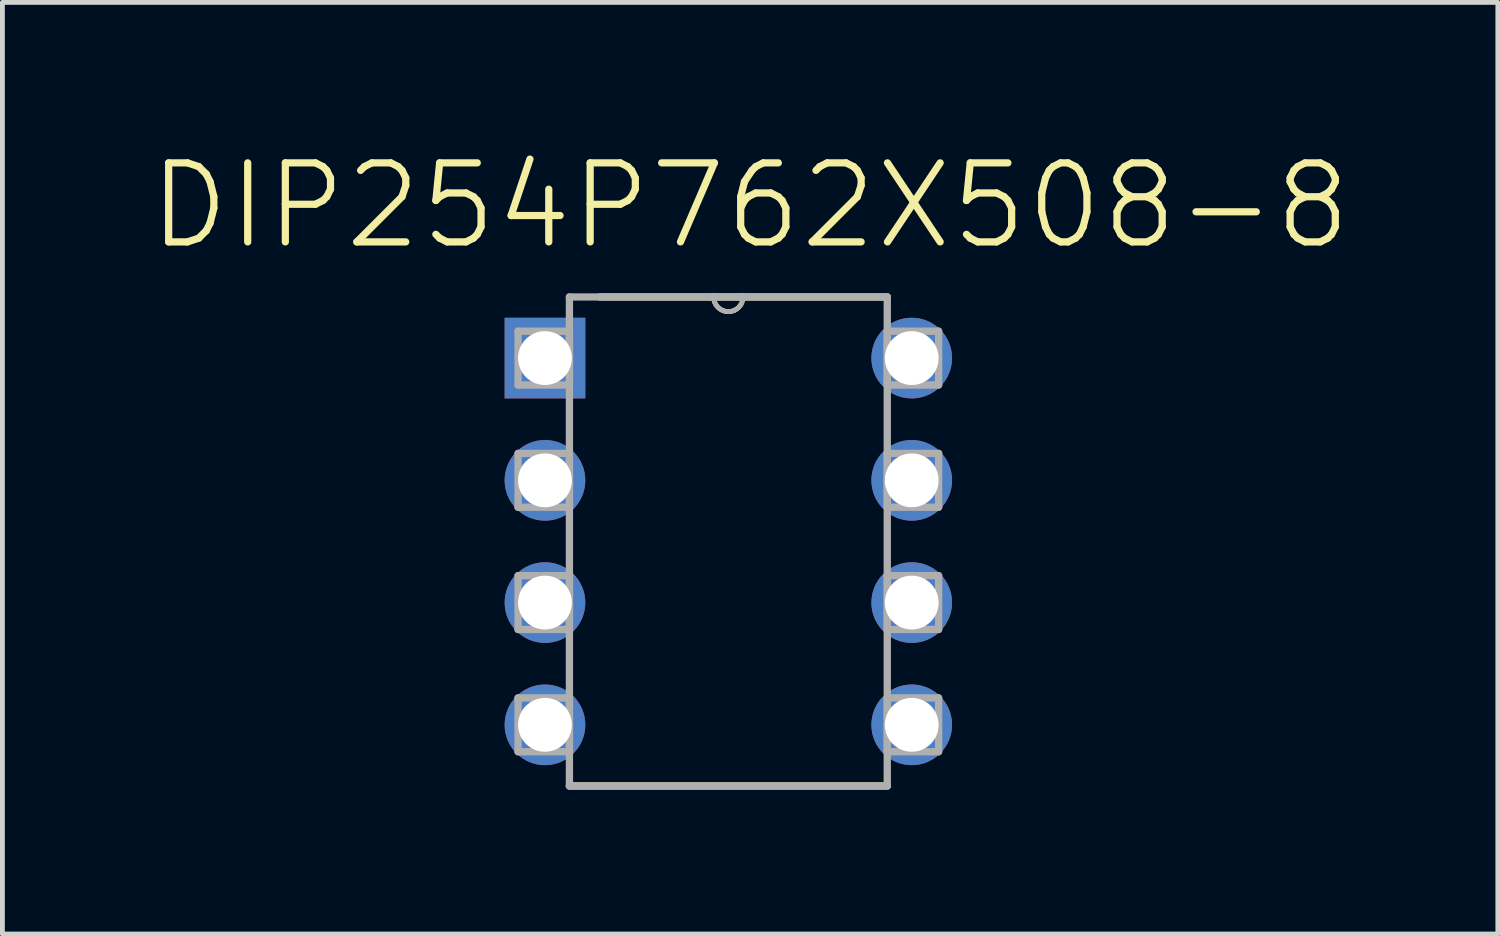
<source format=kicad_pcb>
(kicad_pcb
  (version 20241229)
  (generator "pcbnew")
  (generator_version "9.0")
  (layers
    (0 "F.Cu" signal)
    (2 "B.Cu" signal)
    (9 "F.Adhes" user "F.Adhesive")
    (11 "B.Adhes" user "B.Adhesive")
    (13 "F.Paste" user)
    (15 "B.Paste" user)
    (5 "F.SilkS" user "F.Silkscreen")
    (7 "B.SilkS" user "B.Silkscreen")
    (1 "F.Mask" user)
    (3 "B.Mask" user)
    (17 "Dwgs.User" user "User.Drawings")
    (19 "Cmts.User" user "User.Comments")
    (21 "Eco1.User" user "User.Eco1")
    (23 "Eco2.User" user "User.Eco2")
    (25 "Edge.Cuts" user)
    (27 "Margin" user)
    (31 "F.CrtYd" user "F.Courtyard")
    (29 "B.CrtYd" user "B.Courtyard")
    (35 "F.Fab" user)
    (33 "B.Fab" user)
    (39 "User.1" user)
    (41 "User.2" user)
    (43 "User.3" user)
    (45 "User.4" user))
  (footprint "DIP254P762X508-8"
    (layer "F.Cu")
    (at 15.893 12.01)
    (property "Reference" "DIP254P762X508-8" (at -3.358 -10.786 0) (layer "F.SilkS") (effects (font (size 1.642 1.642) (thickness 0.15))))
    (attr through_hole)
    (fp_line (start -7.112 1.27) (end -0.508 1.27) (stroke (width 0.152) (type solid)) (layer "F.SilkS"))
    (fp_line (start -4.115 -8.89) (end -6.477 -8.89) (stroke (width 0.152) (type solid)) (layer "F.SilkS"))
    (fp_line (start -3.505 -8.89) (end -4.115 -8.89) (stroke (width 0.152) (type solid)) (layer "F.SilkS"))
    (fp_line (start -0.508 -8.89) (end -3.505 -8.89) (stroke (width 0.152) (type solid)) (layer "F.SilkS"))
    (fp_arc (start -3.5052 -8.89) (mid -3.81 -8.5852) (end -4.1148 -8.89) (stroke (width 0.1) (type solid)) (layer "F.SilkS"))
    (fp_line (start -8.179 -8.179) (end -8.179 -7.061) (stroke (width 0.152) (type solid)) (layer "F.Fab"))
    (fp_line (start -8.179 -7.061) (end -7.112 -7.061) (stroke (width 0.152) (type solid)) (layer "F.Fab"))
    (fp_line (start -8.179 -5.639) (end -8.179 -4.521) (stroke (width 0.152) (type solid)) (layer "F.Fab"))
    (fp_line (start -8.179 -4.521) (end -7.112 -4.521) (stroke (width 0.152) (type solid)) (layer "F.Fab"))
    (fp_line (start -8.179 -3.099) (end -8.179 -1.981) (stroke (width 0.152) (type solid)) (layer "F.Fab"))
    (fp_line (start -8.179 -1.981) (end -7.112 -1.981) (stroke (width 0.152) (type solid)) (layer "F.Fab"))
    (fp_line (start -8.179 -0.559) (end -8.179 0.559) (stroke (width 0.152) (type solid)) (layer "F.Fab"))
    (fp_line (start -8.179 0.559) (end -7.112 0.559) (stroke (width 0.152) (type solid)) (layer "F.Fab"))
    (fp_line (start -7.112 -8.89) (end -7.112 1.27) (stroke (width 0.152) (type solid)) (layer "F.Fab"))
    (fp_line (start -7.112 -8.179) (end -8.179 -8.179) (stroke (width 0.152) (type solid)) (layer "F.Fab"))
    (fp_line (start -7.112 -7.061) (end -7.112 -8.179) (stroke (width 0.152) (type solid)) (layer "F.Fab"))
    (fp_line (start -7.112 -5.639) (end -8.179 -5.639) (stroke (width 0.152) (type solid)) (layer "F.Fab"))
    (fp_line (start -7.112 -4.521) (end -7.112 -5.639) (stroke (width 0.152) (type solid)) (layer "F.Fab"))
    (fp_line (start -7.112 -3.099) (end -8.179 -3.099) (stroke (width 0.152) (type solid)) (layer "F.Fab"))
    (fp_line (start -7.112 -1.981) (end -7.112 -3.099) (stroke (width 0.152) (type solid)) (layer "F.Fab"))
    (fp_line (start -7.112 -0.559) (end -8.179 -0.559) (stroke (width 0.152) (type solid)) (layer "F.Fab"))
    (fp_line (start -7.112 0.559) (end -7.112 -0.559) (stroke (width 0.152) (type solid)) (layer "F.Fab"))
    (fp_line (start -7.112 1.27) (end -0.508 1.27) (stroke (width 0.152) (type solid)) (layer "F.Fab"))
    (fp_line (start -4.115 -8.89) (end -7.112 -8.89) (stroke (width 0.152) (type solid)) (layer "F.Fab"))
    (fp_line (start -3.505 -8.89) (end -4.115 -8.89) (stroke (width 0.152) (type solid)) (layer "F.Fab"))
    (fp_line (start -0.508 -8.89) (end -3.505 -8.89) (stroke (width 0.152) (type solid)) (layer "F.Fab"))
    (fp_line (start -0.508 -8.179) (end -0.508 -7.061) (stroke (width 0.152) (type solid)) (layer "F.Fab"))
    (fp_line (start -0.508 -7.061) (end 0.559 -7.061) (stroke (width 0.152) (type solid)) (layer "F.Fab"))
    (fp_line (start -0.508 -5.639) (end -0.508 -4.521) (stroke (width 0.152) (type solid)) (layer "F.Fab"))
    (fp_line (start -0.508 -4.521) (end 0.559 -4.521) (stroke (width 0.152) (type solid)) (layer "F.Fab"))
    (fp_line (start -0.508 -3.099) (end -0.508 -1.981) (stroke (width 0.152) (type solid)) (layer "F.Fab"))
    (fp_line (start -0.508 -1.981) (end 0.559 -1.981) (stroke (width 0.152) (type solid)) (layer "F.Fab"))
    (fp_line (start -0.508 -0.559) (end -0.508 0.559) (stroke (width 0.152) (type solid)) (layer "F.Fab"))
    (fp_line (start -0.508 0.559) (end 0.559 0.559) (stroke (width 0.152) (type solid)) (layer "F.Fab"))
    (fp_line (start -0.508 1.27) (end -0.508 -8.89) (stroke (width 0.152) (type solid)) (layer "F.Fab"))
    (fp_line (start 0.559 -8.179) (end -0.508 -8.179) (stroke (width 0.152) (type solid)) (layer "F.Fab"))
    (fp_line (start 0.559 -7.061) (end 0.559 -8.179) (stroke (width 0.152) (type solid)) (layer "F.Fab"))
    (fp_line (start 0.559 -5.639) (end -0.508 -5.639) (stroke (width 0.152) (type solid)) (layer "F.Fab"))
    (fp_line (start 0.559 -4.521) (end 0.559 -5.639) (stroke (width 0.152) (type solid)) (layer "F.Fab"))
    (fp_line (start 0.559 -3.099) (end -0.508 -3.099) (stroke (width 0.152) (type solid)) (layer "F.Fab"))
    (fp_line (start 0.559 -1.981) (end 0.559 -3.099) (stroke (width 0.152) (type solid)) (layer "F.Fab"))
    (fp_line (start 0.559 -0.559) (end -0.508 -0.559) (stroke (width 0.152) (type solid)) (layer "F.Fab"))
    (fp_line (start 0.559 0.559) (end 0.559 -0.559) (stroke (width 0.152) (type solid)) (layer "F.Fab"))
    (fp_arc (start -3.5052 -8.89) (mid -3.81 -8.5852) (end -4.1148 -8.89) (stroke (width 0.1) (type solid)) (layer "F.Fab"))
    (pad "1" thru_hole rect (at -7.62 -7.62) (size 1.676 1.676) (drill 1.118) (layers "*.Cu" "*.Mask"))
    (pad "2" thru_hole circle (at -7.62 -5.08) (size 1.676 1.676) (drill 1.118) (layers "*.Cu" "*.Mask"))
    (pad "3" thru_hole circle (at -7.62 -2.54) (size 1.676 1.676) (drill 1.118) (layers "*.Cu" "*.Mask"))
    (pad "4" thru_hole circle (at -7.62 0) (size 1.676 1.676) (drill 1.118) (layers "*.Cu" "*.Mask"))
    (pad "5" thru_hole circle (at 0 0) (size 1.676 1.676) (drill 1.118) (layers "*.Cu" "*.Mask"))
    (pad "6" thru_hole circle (at 0 -2.54) (size 1.676 1.676) (drill 1.118) (layers "*.Cu" "*.Mask"))
    (pad "7" thru_hole circle (at 0 -5.08) (size 1.676 1.676) (drill 1.118) (layers "*.Cu" "*.Mask"))
    (pad "8" thru_hole circle (at 0 -7.62) (size 1.676 1.676) (drill 1.118) (layers "*.Cu" "*.Mask")))
  (gr_rect
    (start -3 -3)
    (end 28.071 16.356)
    (stroke (width 0.1) (type default))
    (fill no)
    (layer "Edge.Cuts")))
</source>
